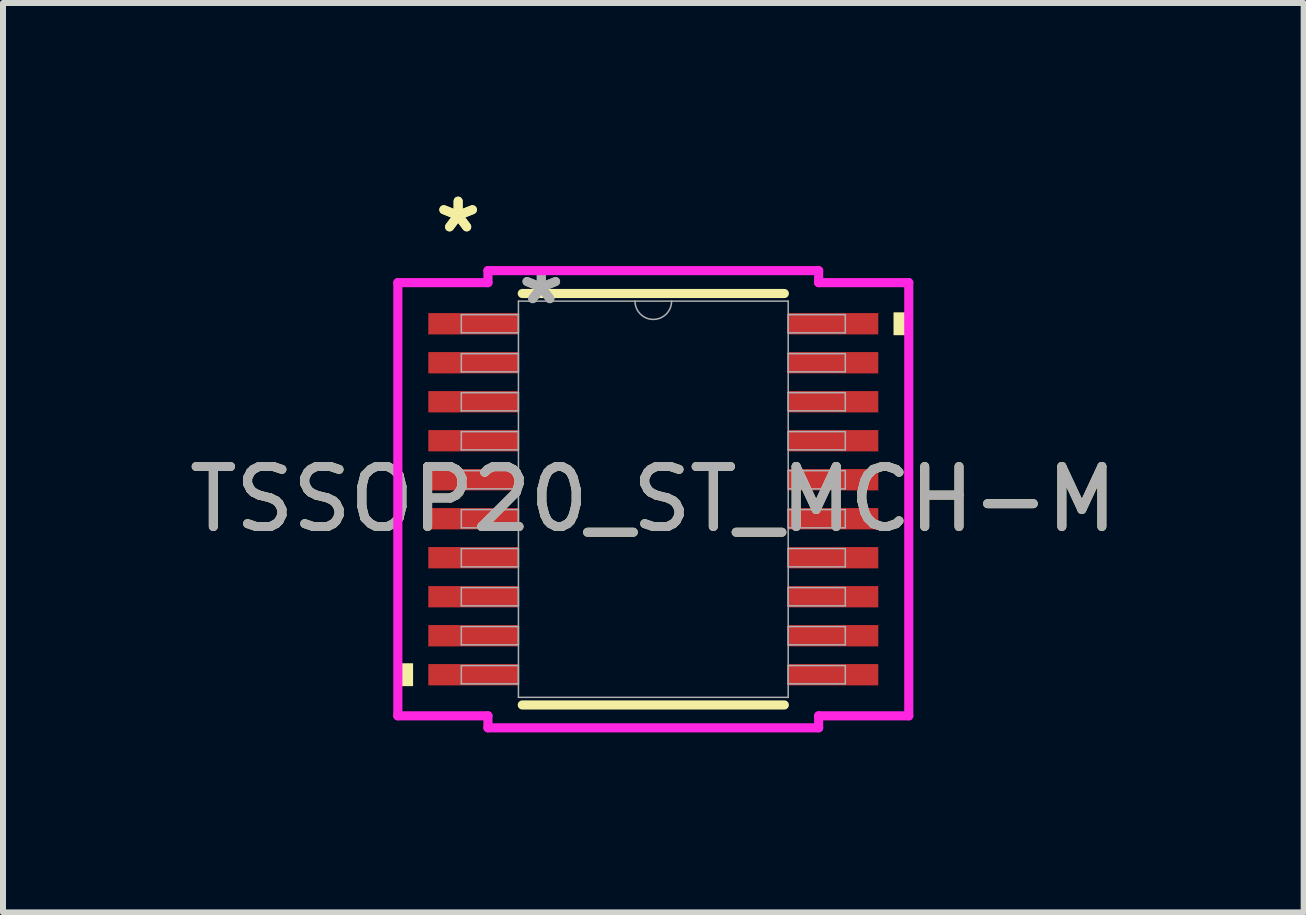
<source format=kicad_pcb>
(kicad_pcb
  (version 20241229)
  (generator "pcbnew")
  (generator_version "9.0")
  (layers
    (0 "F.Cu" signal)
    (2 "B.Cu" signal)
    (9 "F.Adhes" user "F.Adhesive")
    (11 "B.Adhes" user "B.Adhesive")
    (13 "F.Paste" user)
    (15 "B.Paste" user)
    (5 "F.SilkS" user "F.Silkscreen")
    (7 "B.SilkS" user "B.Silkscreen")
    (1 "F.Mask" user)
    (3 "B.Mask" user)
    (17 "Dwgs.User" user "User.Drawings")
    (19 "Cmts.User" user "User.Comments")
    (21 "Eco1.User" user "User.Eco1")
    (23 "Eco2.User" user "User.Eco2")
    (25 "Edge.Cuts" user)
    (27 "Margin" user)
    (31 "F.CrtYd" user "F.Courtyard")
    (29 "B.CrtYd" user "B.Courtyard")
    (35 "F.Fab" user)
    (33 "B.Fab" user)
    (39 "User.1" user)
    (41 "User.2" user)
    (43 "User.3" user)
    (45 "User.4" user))
  (footprint "TSSOP20_ST_MCH-M"
    (layer "F.Cu")
    (at 7.839 5.271)
    (property "Reference" "TSSOP20_ST_MCH-M" (at 0 0 0) (unlocked yes) (layer "F.SilkS") (effects (font (size 1 1) (thickness 0.15))))
    (attr smd)
    (fp_line (start -2.184 3.429) (end 2.184 3.429) (stroke (width 0.152) (type solid)) (layer "F.SilkS"))
    (fp_line (start 2.184 -3.429) (end -2.184 -3.429) (stroke (width 0.152) (type solid)) (layer "F.SilkS"))
    (fp_poly (pts (xy -4.258 2.734) (xy -4.258 3.115) (xy -4.004 3.115) (xy -4.004 2.734)) (stroke (width 0) (type solid)) (fill yes) (layer "F.SilkS"))
    (fp_poly (pts (xy 4.258 -3.115) (xy 4.258 -2.734) (xy 4.004 -2.734) (xy 4.004 -3.115)) (stroke (width 0) (type solid)) (fill yes) (layer "F.SilkS"))
    (fp_line (start -4.258 -3.61) (end -2.756 -3.61) (stroke (width 0.152) (type solid)) (layer "F.CrtYd"))
    (fp_line (start -4.258 3.61) (end -4.258 -3.61) (stroke (width 0.152) (type solid)) (layer "F.CrtYd"))
    (fp_line (start -4.258 3.61) (end -2.756 3.61) (stroke (width 0.152) (type solid)) (layer "F.CrtYd"))
    (fp_line (start -2.756 -3.81) (end 2.756 -3.81) (stroke (width 0.152) (type solid)) (layer "F.CrtYd"))
    (fp_line (start -2.756 -3.61) (end -2.756 -3.81) (stroke (width 0.152) (type solid)) (layer "F.CrtYd"))
    (fp_line (start -2.756 3.81) (end -2.756 3.61) (stroke (width 0.152) (type solid)) (layer "F.CrtYd"))
    (fp_line (start 2.756 -3.81) (end 2.756 -3.61) (stroke (width 0.152) (type solid)) (layer "F.CrtYd"))
    (fp_line (start 2.756 3.61) (end 2.756 3.81) (stroke (width 0.152) (type solid)) (layer "F.CrtYd"))
    (fp_line (start 2.756 3.81) (end -2.756 3.81) (stroke (width 0.152) (type solid)) (layer "F.CrtYd"))
    (fp_line (start 4.258 -3.61) (end 2.756 -3.61) (stroke (width 0.152) (type solid)) (layer "F.CrtYd"))
    (fp_line (start 4.258 -3.61) (end 4.258 3.61) (stroke (width 0.152) (type solid)) (layer "F.CrtYd"))
    (fp_line (start 4.258 3.61) (end 2.756 3.61) (stroke (width 0.152) (type solid)) (layer "F.CrtYd"))
    (fp_line (start -3.2 -3.077) (end -3.2 -2.773) (stroke (width 0.025) (type solid)) (layer "F.Fab"))
    (fp_line (start -3.2 -2.773) (end -2.248 -2.773) (stroke (width 0.025) (type solid)) (layer "F.Fab"))
    (fp_line (start -3.2 -2.427) (end -3.2 -2.123) (stroke (width 0.025) (type solid)) (layer "F.Fab"))
    (fp_line (start -3.2 -2.123) (end -2.248 -2.123) (stroke (width 0.025) (type solid)) (layer "F.Fab"))
    (fp_line (start -3.2 -1.777) (end -3.2 -1.473) (stroke (width 0.025) (type solid)) (layer "F.Fab"))
    (fp_line (start -3.2 -1.473) (end -2.248 -1.473) (stroke (width 0.025) (type solid)) (layer "F.Fab"))
    (fp_line (start -3.2 -1.127) (end -3.2 -0.823) (stroke (width 0.025) (type solid)) (layer "F.Fab"))
    (fp_line (start -3.2 -0.823) (end -2.248 -0.823) (stroke (width 0.025) (type solid)) (layer "F.Fab"))
    (fp_line (start -3.2 -0.477) (end -3.2 -0.173) (stroke (width 0.025) (type solid)) (layer "F.Fab"))
    (fp_line (start -3.2 -0.173) (end -2.248 -0.173) (stroke (width 0.025) (type solid)) (layer "F.Fab"))
    (fp_line (start -3.2 0.173) (end -3.2 0.477) (stroke (width 0.025) (type solid)) (layer "F.Fab"))
    (fp_line (start -3.2 0.477) (end -2.248 0.477) (stroke (width 0.025) (type solid)) (layer "F.Fab"))
    (fp_line (start -3.2 0.823) (end -3.2 1.127) (stroke (width 0.025) (type solid)) (layer "F.Fab"))
    (fp_line (start -3.2 1.127) (end -2.248 1.127) (stroke (width 0.025) (type solid)) (layer "F.Fab"))
    (fp_line (start -3.2 1.473) (end -3.2 1.777) (stroke (width 0.025) (type solid)) (layer "F.Fab"))
    (fp_line (start -3.2 1.777) (end -2.248 1.777) (stroke (width 0.025) (type solid)) (layer "F.Fab"))
    (fp_line (start -3.2 2.123) (end -3.2 2.427) (stroke (width 0.025) (type solid)) (layer "F.Fab"))
    (fp_line (start -3.2 2.427) (end -2.248 2.427) (stroke (width 0.025) (type solid)) (layer "F.Fab"))
    (fp_line (start -3.2 2.773) (end -3.2 3.077) (stroke (width 0.025) (type solid)) (layer "F.Fab"))
    (fp_line (start -3.2 3.077) (end -2.248 3.077) (stroke (width 0.025) (type solid)) (layer "F.Fab"))
    (fp_line (start -2.248 -3.302) (end -2.248 3.302) (stroke (width 0.025) (type solid)) (layer "F.Fab"))
    (fp_line (start -2.248 -3.077) (end -3.2 -3.077) (stroke (width 0.025) (type solid)) (layer "F.Fab"))
    (fp_line (start -2.248 -2.773) (end -2.248 -3.077) (stroke (width 0.025) (type solid)) (layer "F.Fab"))
    (fp_line (start -2.248 -2.427) (end -3.2 -2.427) (stroke (width 0.025) (type solid)) (layer "F.Fab"))
    (fp_line (start -2.248 -2.123) (end -2.248 -2.427) (stroke (width 0.025) (type solid)) (layer "F.Fab"))
    (fp_line (start -2.248 -1.777) (end -3.2 -1.777) (stroke (width 0.025) (type solid)) (layer "F.Fab"))
    (fp_line (start -2.248 -1.473) (end -2.248 -1.777) (stroke (width 0.025) (type solid)) (layer "F.Fab"))
    (fp_line (start -2.248 -1.127) (end -3.2 -1.127) (stroke (width 0.025) (type solid)) (layer "F.Fab"))
    (fp_line (start -2.248 -0.823) (end -2.248 -1.127) (stroke (width 0.025) (type solid)) (layer "F.Fab"))
    (fp_line (start -2.248 -0.477) (end -3.2 -0.477) (stroke (width 0.025) (type solid)) (layer "F.Fab"))
    (fp_line (start -2.248 -0.173) (end -2.248 -0.477) (stroke (width 0.025) (type solid)) (layer "F.Fab"))
    (fp_line (start -2.248 0.173) (end -3.2 0.173) (stroke (width 0.025) (type solid)) (layer "F.Fab"))
    (fp_line (start -2.248 0.477) (end -2.248 0.173) (stroke (width 0.025) (type solid)) (layer "F.Fab"))
    (fp_line (start -2.248 0.823) (end -3.2 0.823) (stroke (width 0.025) (type solid)) (layer "F.Fab"))
    (fp_line (start -2.248 1.127) (end -2.248 0.823) (stroke (width 0.025) (type solid)) (layer "F.Fab"))
    (fp_line (start -2.248 1.473) (end -3.2 1.473) (stroke (width 0.025) (type solid)) (layer "F.Fab"))
    (fp_line (start -2.248 1.777) (end -2.248 1.473) (stroke (width 0.025) (type solid)) (layer "F.Fab"))
    (fp_line (start -2.248 2.123) (end -3.2 2.123) (stroke (width 0.025) (type solid)) (layer "F.Fab"))
    (fp_line (start -2.248 2.427) (end -2.248 2.123) (stroke (width 0.025) (type solid)) (layer "F.Fab"))
    (fp_line (start -2.248 2.773) (end -3.2 2.773) (stroke (width 0.025) (type solid)) (layer "F.Fab"))
    (fp_line (start -2.248 3.077) (end -2.248 2.773) (stroke (width 0.025) (type solid)) (layer "F.Fab"))
    (fp_line (start -2.248 3.302) (end 2.248 3.302) (stroke (width 0.025) (type solid)) (layer "F.Fab"))
    (fp_line (start 2.248 -3.302) (end -2.248 -3.302) (stroke (width 0.025) (type solid)) (layer "F.Fab"))
    (fp_line (start 2.248 -3.077) (end 2.248 -2.773) (stroke (width 0.025) (type solid)) (layer "F.Fab"))
    (fp_line (start 2.248 -2.773) (end 3.2 -2.773) (stroke (width 0.025) (type solid)) (layer "F.Fab"))
    (fp_line (start 2.248 -2.427) (end 2.248 -2.123) (stroke (width 0.025) (type solid)) (layer "F.Fab"))
    (fp_line (start 2.248 -2.123) (end 3.2 -2.123) (stroke (width 0.025) (type solid)) (layer "F.Fab"))
    (fp_line (start 2.248 -1.777) (end 2.248 -1.473) (stroke (width 0.025) (type solid)) (layer "F.Fab"))
    (fp_line (start 2.248 -1.473) (end 3.2 -1.473) (stroke (width 0.025) (type solid)) (layer "F.Fab"))
    (fp_line (start 2.248 -1.127) (end 2.248 -0.823) (stroke (width 0.025) (type solid)) (layer "F.Fab"))
    (fp_line (start 2.248 -0.823) (end 3.2 -0.823) (stroke (width 0.025) (type solid)) (layer "F.Fab"))
    (fp_line (start 2.248 -0.477) (end 2.248 -0.173) (stroke (width 0.025) (type solid)) (layer "F.Fab"))
    (fp_line (start 2.248 -0.173) (end 3.2 -0.173) (stroke (width 0.025) (type solid)) (layer "F.Fab"))
    (fp_line (start 2.248 0.173) (end 2.248 0.477) (stroke (width 0.025) (type solid)) (layer "F.Fab"))
    (fp_line (start 2.248 0.477) (end 3.2 0.477) (stroke (width 0.025) (type solid)) (layer "F.Fab"))
    (fp_line (start 2.248 0.823) (end 2.248 1.127) (stroke (width 0.025) (type solid)) (layer "F.Fab"))
    (fp_line (start 2.248 1.127) (end 3.2 1.127) (stroke (width 0.025) (type solid)) (layer "F.Fab"))
    (fp_line (start 2.248 1.473) (end 2.248 1.777) (stroke (width 0.025) (type solid)) (layer "F.Fab"))
    (fp_line (start 2.248 1.777) (end 3.2 1.777) (stroke (width 0.025) (type solid)) (layer "F.Fab"))
    (fp_line (start 2.248 2.123) (end 2.248 2.427) (stroke (width 0.025) (type solid)) (layer "F.Fab"))
    (fp_line (start 2.248 2.427) (end 3.2 2.427) (stroke (width 0.025) (type solid)) (layer "F.Fab"))
    (fp_line (start 2.248 2.773) (end 2.248 3.077) (stroke (width 0.025) (type solid)) (layer "F.Fab"))
    (fp_line (start 2.248 3.077) (end 3.2 3.077) (stroke (width 0.025) (type solid)) (layer "F.Fab"))
    (fp_line (start 2.248 3.302) (end 2.248 -3.302) (stroke (width 0.025) (type solid)) (layer "F.Fab"))
    (fp_line (start 3.2 -3.077) (end 2.248 -3.077) (stroke (width 0.025) (type solid)) (layer "F.Fab"))
    (fp_line (start 3.2 -2.773) (end 3.2 -3.077) (stroke (width 0.025) (type solid)) (layer "F.Fab"))
    (fp_line (start 3.2 -2.427) (end 2.248 -2.427) (stroke (width 0.025) (type solid)) (layer "F.Fab"))
    (fp_line (start 3.2 -2.123) (end 3.2 -2.427) (stroke (width 0.025) (type solid)) (layer "F.Fab"))
    (fp_line (start 3.2 -1.777) (end 2.248 -1.777) (stroke (width 0.025) (type solid)) (layer "F.Fab"))
    (fp_line (start 3.2 -1.473) (end 3.2 -1.777) (stroke (width 0.025) (type solid)) (layer "F.Fab"))
    (fp_line (start 3.2 -1.127) (end 2.248 -1.127) (stroke (width 0.025) (type solid)) (layer "F.Fab"))
    (fp_line (start 3.2 -0.823) (end 3.2 -1.127) (stroke (width 0.025) (type solid)) (layer "F.Fab"))
    (fp_line (start 3.2 -0.477) (end 2.248 -0.477) (stroke (width 0.025) (type solid)) (layer "F.Fab"))
    (fp_line (start 3.2 -0.173) (end 3.2 -0.477) (stroke (width 0.025) (type solid)) (layer "F.Fab"))
    (fp_line (start 3.2 0.173) (end 2.248 0.173) (stroke (width 0.025) (type solid)) (layer "F.Fab"))
    (fp_line (start 3.2 0.477) (end 3.2 0.173) (stroke (width 0.025) (type solid)) (layer "F.Fab"))
    (fp_line (start 3.2 0.823) (end 2.248 0.823) (stroke (width 0.025) (type solid)) (layer "F.Fab"))
    (fp_line (start 3.2 1.127) (end 3.2 0.823) (stroke (width 0.025) (type solid)) (layer "F.Fab"))
    (fp_line (start 3.2 1.473) (end 2.248 1.473) (stroke (width 0.025) (type solid)) (layer "F.Fab"))
    (fp_line (start 3.2 1.777) (end 3.2 1.473) (stroke (width 0.025) (type solid)) (layer "F.Fab"))
    (fp_line (start 3.2 2.123) (end 2.248 2.123) (stroke (width 0.025) (type solid)) (layer "F.Fab"))
    (fp_line (start 3.2 2.427) (end 3.2 2.123) (stroke (width 0.025) (type solid)) (layer "F.Fab"))
    (fp_line (start 3.2 2.773) (end 2.248 2.773) (stroke (width 0.025) (type solid)) (layer "F.Fab"))
    (fp_line (start 3.2 3.077) (end 3.2 2.773) (stroke (width 0.025) (type solid)) (layer "F.Fab"))
    (fp_arc (start 0.3048 -3.302) (mid 0 -2.9972) (end -0.3048 -3.302) (stroke (width 0.0254) (type solid)) (layer "F.Fab"))
    (fp_text user "*" (at -3.253 -4.423 0) (unlocked yes) (layer "F.SilkS") (effects (font (size 1 1) (thickness 0.15))))
    (fp_text user "*" (at -3.253 -4.423 0) (layer "F.SilkS") (effects (font (size 1 1) (thickness 0.15))))
    (fp_text user "*" (at -1.867 -3.226 0) (layer "F.Fab") (effects (font (size 1 1) (thickness 0.15))))
    (fp_text user "*" (at -1.867 -3.226 0) (unlocked yes) (layer "F.Fab") (effects (font (size 1 1) (thickness 0.15))))
    (fp_text user "${REFERENCE}" (at 0 0 0) (unlocked yes) (layer "F.Fab") (effects (font (size 1 1) (thickness 0.15))))
    (pad "1" smd rect (at -2.999 -2.925) (size 1.502 0.355) (layers "F.Cu" "F.Mask" "F.Paste"))
    (pad "2" smd rect (at -2.999 -2.275) (size 1.502 0.355) (layers "F.Cu" "F.Mask" "F.Paste"))
    (pad "3" smd rect (at -2.999 -1.625) (size 1.502 0.355) (layers "F.Cu" "F.Mask" "F.Paste"))
    (pad "4" smd rect (at -2.999 -0.975) (size 1.502 0.355) (layers "F.Cu" "F.Mask" "F.Paste"))
    (pad "5" smd rect (at -2.999 -0.325) (size 1.502 0.355) (layers "F.Cu" "F.Mask" "F.Paste"))
    (pad "6" smd rect (at -2.999 0.325) (size 1.502 0.355) (layers "F.Cu" "F.Mask" "F.Paste"))
    (pad "7" smd rect (at -2.999 0.975) (size 1.502 0.355) (layers "F.Cu" "F.Mask" "F.Paste"))
    (pad "8" smd rect (at -2.999 1.625) (size 1.502 0.355) (layers "F.Cu" "F.Mask" "F.Paste"))
    (pad "9" smd rect (at -2.999 2.275) (size 1.502 0.355) (layers "F.Cu" "F.Mask" "F.Paste"))
    (pad "10" smd rect (at -2.999 2.925) (size 1.502 0.355) (layers "F.Cu" "F.Mask" "F.Paste"))
    (pad "11" smd rect (at 2.999 2.925) (size 1.502 0.355) (layers "F.Cu" "F.Mask" "F.Paste"))
    (pad "12" smd rect (at 2.999 2.275) (size 1.502 0.355) (layers "F.Cu" "F.Mask" "F.Paste"))
    (pad "13" smd rect (at 2.999 1.625) (size 1.502 0.355) (layers "F.Cu" "F.Mask" "F.Paste"))
    (pad "14" smd rect (at 2.999 0.975) (size 1.502 0.355) (layers "F.Cu" "F.Mask" "F.Paste"))
    (pad "15" smd rect (at 2.999 0.325) (size 1.502 0.355) (layers "F.Cu" "F.Mask" "F.Paste"))
    (pad "16" smd rect (at 2.999 -0.325) (size 1.502 0.355) (layers "F.Cu" "F.Mask" "F.Paste"))
    (pad "17" smd rect (at 2.999 -0.975) (size 1.502 0.355) (layers "F.Cu" "F.Mask" "F.Paste"))
    (pad "18" smd rect (at 2.999 -1.625) (size 1.502 0.355) (layers "F.Cu" "F.Mask" "F.Paste"))
    (pad "19" smd rect (at 2.999 -2.275) (size 1.502 0.355) (layers "F.Cu" "F.Mask" "F.Paste"))
    (pad "20" smd rect (at 2.999 -2.925) (size 1.502 0.355) (layers "F.Cu" "F.Mask" "F.Paste")))
  (gr_rect
    (start -3 -3)
    (end 18.679 12.157)
    (stroke (width 0.1) (type default))
    (fill no)
    (layer "Edge.Cuts")))
</source>
